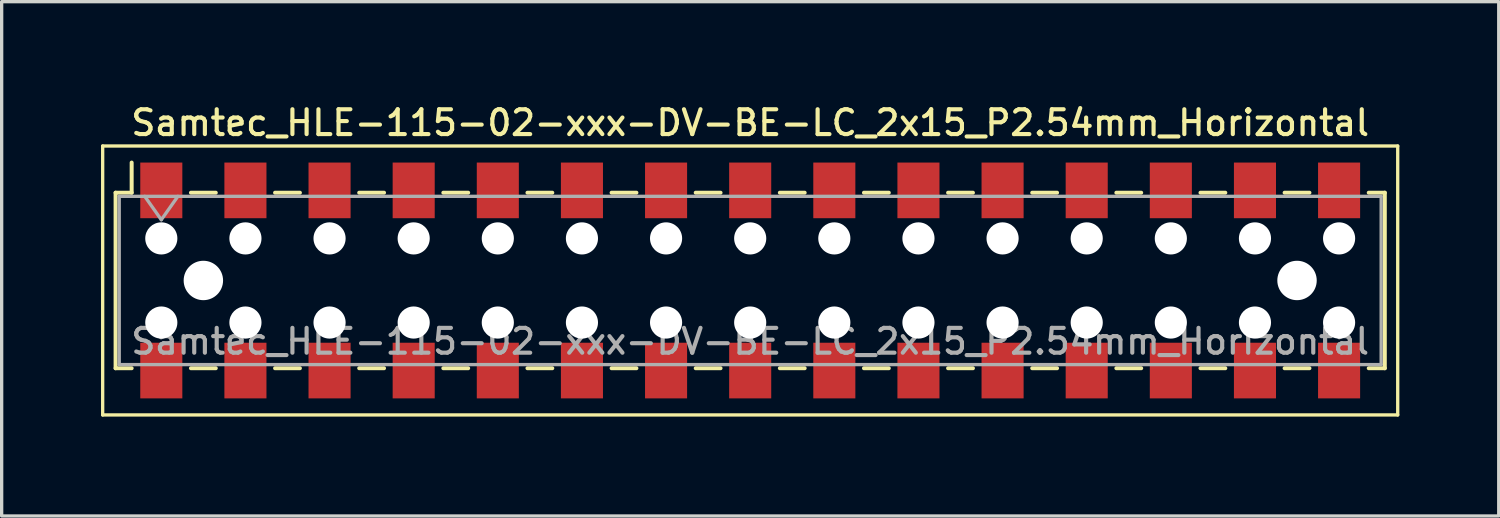
<source format=kicad_pcb>
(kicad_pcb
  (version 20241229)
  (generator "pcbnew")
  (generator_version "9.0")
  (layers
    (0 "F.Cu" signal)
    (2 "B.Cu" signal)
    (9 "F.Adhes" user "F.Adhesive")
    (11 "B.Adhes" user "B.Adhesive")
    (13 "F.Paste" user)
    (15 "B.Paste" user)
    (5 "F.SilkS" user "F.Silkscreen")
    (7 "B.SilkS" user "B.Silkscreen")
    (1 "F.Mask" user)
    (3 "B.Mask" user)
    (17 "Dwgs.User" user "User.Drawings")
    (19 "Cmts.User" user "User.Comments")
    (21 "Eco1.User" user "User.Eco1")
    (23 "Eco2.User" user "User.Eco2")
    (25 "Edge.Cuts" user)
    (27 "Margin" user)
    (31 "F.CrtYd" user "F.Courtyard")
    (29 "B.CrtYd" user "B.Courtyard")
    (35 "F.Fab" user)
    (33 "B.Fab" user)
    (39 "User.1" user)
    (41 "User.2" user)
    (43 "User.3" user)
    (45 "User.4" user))
  (footprint "Samtec_HLE-115-02-xxx-DV-BE-LC_2x15_P2.54mm_Horizontal"
    (layer "F.Cu")
    (at 19.6 5.418)
    (property "Reference" "Samtec_HLE-115-02-xxx-DV-BE-LC_2x15_P2.54mm_Horizontal" (at 0 -4.76 0) (layer "F.SilkS") (effects (font (size 0.75 0.75) (thickness 0.125))))
    (attr smd)
    (fp_line (start -19.55 -4.06) (end 19.55 -4.06) (stroke (width 0.1) (type solid)) (layer "F.SilkS"))
    (fp_line (start -19.55 4.06) (end -19.55 -4.06) (stroke (width 0.1) (type solid)) (layer "F.SilkS"))
    (fp_line (start -19.16 -2.65) (end -19.16 2.65) (stroke (width 0.12) (type solid)) (layer "F.SilkS"))
    (fp_line (start -19.16 2.65) (end -18.675 2.65) (stroke (width 0.12) (type solid)) (layer "F.SilkS"))
    (fp_line (start -18.675 -3.56) (end -18.675 -2.65) (stroke (width 0.12) (type solid)) (layer "F.SilkS"))
    (fp_line (start -18.675 -2.65) (end -19.16 -2.65) (stroke (width 0.12) (type solid)) (layer "F.SilkS"))
    (fp_line (start -16.885 -2.65) (end -16.135 -2.65) (stroke (width 0.12) (type solid)) (layer "F.SilkS"))
    (fp_line (start -16.885 2.65) (end -16.135 2.65) (stroke (width 0.12) (type solid)) (layer "F.SilkS"))
    (fp_line (start -14.345 -2.65) (end -13.595 -2.65) (stroke (width 0.12) (type solid)) (layer "F.SilkS"))
    (fp_line (start -14.345 2.65) (end -13.595 2.65) (stroke (width 0.12) (type solid)) (layer "F.SilkS"))
    (fp_line (start -11.805 -2.65) (end -11.055 -2.65) (stroke (width 0.12) (type solid)) (layer "F.SilkS"))
    (fp_line (start -11.805 2.65) (end -11.055 2.65) (stroke (width 0.12) (type solid)) (layer "F.SilkS"))
    (fp_line (start -9.265 -2.65) (end -8.515 -2.65) (stroke (width 0.12) (type solid)) (layer "F.SilkS"))
    (fp_line (start -9.265 2.65) (end -8.515 2.65) (stroke (width 0.12) (type solid)) (layer "F.SilkS"))
    (fp_line (start -6.725 -2.65) (end -5.975 -2.65) (stroke (width 0.12) (type solid)) (layer "F.SilkS"))
    (fp_line (start -6.725 2.65) (end -5.975 2.65) (stroke (width 0.12) (type solid)) (layer "F.SilkS"))
    (fp_line (start -4.185 -2.65) (end -3.435 -2.65) (stroke (width 0.12) (type solid)) (layer "F.SilkS"))
    (fp_line (start -4.185 2.65) (end -3.435 2.65) (stroke (width 0.12) (type solid)) (layer "F.SilkS"))
    (fp_line (start -1.645 -2.65) (end -0.895 -2.65) (stroke (width 0.12) (type solid)) (layer "F.SilkS"))
    (fp_line (start -1.645 2.65) (end -0.895 2.65) (stroke (width 0.12) (type solid)) (layer "F.SilkS"))
    (fp_line (start 0.895 -2.65) (end 1.645 -2.65) (stroke (width 0.12) (type solid)) (layer "F.SilkS"))
    (fp_line (start 0.895 2.65) (end 1.645 2.65) (stroke (width 0.12) (type solid)) (layer "F.SilkS"))
    (fp_line (start 3.435 -2.65) (end 4.185 -2.65) (stroke (width 0.12) (type solid)) (layer "F.SilkS"))
    (fp_line (start 3.435 2.65) (end 4.185 2.65) (stroke (width 0.12) (type solid)) (layer "F.SilkS"))
    (fp_line (start 5.975 -2.65) (end 6.725 -2.65) (stroke (width 0.12) (type solid)) (layer "F.SilkS"))
    (fp_line (start 5.975 2.65) (end 6.725 2.65) (stroke (width 0.12) (type solid)) (layer "F.SilkS"))
    (fp_line (start 8.515 -2.65) (end 9.265 -2.65) (stroke (width 0.12) (type solid)) (layer "F.SilkS"))
    (fp_line (start 8.515 2.65) (end 9.265 2.65) (stroke (width 0.12) (type solid)) (layer "F.SilkS"))
    (fp_line (start 11.055 -2.65) (end 11.805 -2.65) (stroke (width 0.12) (type solid)) (layer "F.SilkS"))
    (fp_line (start 11.055 2.65) (end 11.805 2.65) (stroke (width 0.12) (type solid)) (layer "F.SilkS"))
    (fp_line (start 13.595 -2.65) (end 14.345 -2.65) (stroke (width 0.12) (type solid)) (layer "F.SilkS"))
    (fp_line (start 13.595 2.65) (end 14.345 2.65) (stroke (width 0.12) (type solid)) (layer "F.SilkS"))
    (fp_line (start 16.135 -2.65) (end 16.885 -2.65) (stroke (width 0.12) (type solid)) (layer "F.SilkS"))
    (fp_line (start 16.135 2.65) (end 16.885 2.65) (stroke (width 0.12) (type solid)) (layer "F.SilkS"))
    (fp_line (start 18.675 -2.65) (end 19.16 -2.65) (stroke (width 0.12) (type solid)) (layer "F.SilkS"))
    (fp_line (start 19.16 -2.65) (end 19.16 2.65) (stroke (width 0.12) (type solid)) (layer "F.SilkS"))
    (fp_line (start 19.16 2.65) (end 18.675 2.65) (stroke (width 0.12) (type solid)) (layer "F.SilkS"))
    (fp_line (start 19.55 -4.06) (end 19.55 4.06) (stroke (width 0.1) (type solid)) (layer "F.SilkS"))
    (fp_line (start 19.55 4.06) (end -19.55 4.06) (stroke (width 0.1) (type solid)) (layer "F.SilkS"))
    (fp_line (start -19.05 -2.54) (end 19.05 -2.54) (stroke (width 0.1) (type solid)) (layer "F.Fab"))
    (fp_line (start -19.05 2.54) (end -19.05 -2.54) (stroke (width 0.1) (type solid)) (layer "F.Fab"))
    (fp_line (start -18.28 -2.54) (end -17.78 -1.833) (stroke (width 0.1) (type solid)) (layer "F.Fab"))
    (fp_line (start -17.78 -1.833) (end -17.28 -2.54) (stroke (width 0.1) (type solid)) (layer "F.Fab"))
    (fp_line (start 19.05 -2.54) (end 19.05 2.54) (stroke (width 0.1) (type solid)) (layer "F.Fab"))
    (fp_line (start 19.05 2.54) (end -19.05 2.54) (stroke (width 0.1) (type solid)) (layer "F.Fab"))
    (fp_text user "${REFERENCE}" (at 0 1.84 0) (layer "F.Fab") (effects (font (size 0.75 0.75) (thickness 0.125))))
    (pad "" np_thru_hole circle (at -17.78 -1.27) (size 0.97 0.97) (drill 0.97) (layers "*.Cu" "*.Mask"))
    (pad "" np_thru_hole circle (at -17.78 1.27) (size 0.97 0.97) (drill 0.97) (layers "*.Cu" "*.Mask"))
    (pad "" np_thru_hole circle (at -16.51 0) (size 1.19 1.19) (drill 1.19) (layers "*.Cu" "*.Mask"))
    (pad "" np_thru_hole circle (at -15.24 -1.27) (size 0.97 0.97) (drill 0.97) (layers "*.Cu" "*.Mask"))
    (pad "" np_thru_hole circle (at -15.24 1.27) (size 0.97 0.97) (drill 0.97) (layers "*.Cu" "*.Mask"))
    (pad "" np_thru_hole circle (at -12.7 -1.27) (size 0.97 0.97) (drill 0.97) (layers "*.Cu" "*.Mask"))
    (pad "" np_thru_hole circle (at -12.7 1.27) (size 0.97 0.97) (drill 0.97) (layers "*.Cu" "*.Mask"))
    (pad "" np_thru_hole circle (at -10.16 -1.27) (size 0.97 0.97) (drill 0.97) (layers "*.Cu" "*.Mask"))
    (pad "" np_thru_hole circle (at -10.16 1.27) (size 0.97 0.97) (drill 0.97) (layers "*.Cu" "*.Mask"))
    (pad "" np_thru_hole circle (at -7.62 -1.27) (size 0.97 0.97) (drill 0.97) (layers "*.Cu" "*.Mask"))
    (pad "" np_thru_hole circle (at -7.62 1.27) (size 0.97 0.97) (drill 0.97) (layers "*.Cu" "*.Mask"))
    (pad "" np_thru_hole circle (at -5.08 -1.27) (size 0.97 0.97) (drill 0.97) (layers "*.Cu" "*.Mask"))
    (pad "" np_thru_hole circle (at -5.08 1.27) (size 0.97 0.97) (drill 0.97) (layers "*.Cu" "*.Mask"))
    (pad "" np_thru_hole circle (at -2.54 -1.27) (size 0.97 0.97) (drill 0.97) (layers "*.Cu" "*.Mask"))
    (pad "" np_thru_hole circle (at -2.54 1.27) (size 0.97 0.97) (drill 0.97) (layers "*.Cu" "*.Mask"))
    (pad "" np_thru_hole circle (at 0 -1.27) (size 0.97 0.97) (drill 0.97) (layers "*.Cu" "*.Mask"))
    (pad "" np_thru_hole circle (at 0 1.27) (size 0.97 0.97) (drill 0.97) (layers "*.Cu" "*.Mask"))
    (pad "" np_thru_hole circle (at 2.54 -1.27) (size 0.97 0.97) (drill 0.97) (layers "*.Cu" "*.Mask"))
    (pad "" np_thru_hole circle (at 2.54 1.27) (size 0.97 0.97) (drill 0.97) (layers "*.Cu" "*.Mask"))
    (pad "" np_thru_hole circle (at 5.08 -1.27) (size 0.97 0.97) (drill 0.97) (layers "*.Cu" "*.Mask"))
    (pad "" np_thru_hole circle (at 5.08 1.27) (size 0.97 0.97) (drill 0.97) (layers "*.Cu" "*.Mask"))
    (pad "" np_thru_hole circle (at 7.62 -1.27) (size 0.97 0.97) (drill 0.97) (layers "*.Cu" "*.Mask"))
    (pad "" np_thru_hole circle (at 7.62 1.27) (size 0.97 0.97) (drill 0.97) (layers "*.Cu" "*.Mask"))
    (pad "" np_thru_hole circle (at 10.16 -1.27) (size 0.97 0.97) (drill 0.97) (layers "*.Cu" "*.Mask"))
    (pad "" np_thru_hole circle (at 10.16 1.27) (size 0.97 0.97) (drill 0.97) (layers "*.Cu" "*.Mask"))
    (pad "" np_thru_hole circle (at 12.7 -1.27) (size 0.97 0.97) (drill 0.97) (layers "*.Cu" "*.Mask"))
    (pad "" np_thru_hole circle (at 12.7 1.27) (size 0.97 0.97) (drill 0.97) (layers "*.Cu" "*.Mask"))
    (pad "" np_thru_hole circle (at 15.24 -1.27) (size 0.97 0.97) (drill 0.97) (layers "*.Cu" "*.Mask"))
    (pad "" np_thru_hole circle (at 15.24 1.27) (size 0.97 0.97) (drill 0.97) (layers "*.Cu" "*.Mask"))
    (pad "" np_thru_hole circle (at 16.51 0) (size 1.19 1.19) (drill 1.19) (layers "*.Cu" "*.Mask"))
    (pad "" np_thru_hole circle (at 17.78 -1.27) (size 0.97 0.97) (drill 0.97) (layers "*.Cu" "*.Mask"))
    (pad "" np_thru_hole circle (at 17.78 1.27) (size 0.97 0.97) (drill 0.97) (layers "*.Cu" "*.Mask"))
    (pad "1" smd rect (at -17.78 -2.72) (size 1.27 1.68) (layers "F.Cu" "F.Mask" "F.Paste"))
    (pad "2" smd rect (at -17.78 2.72) (size 1.27 1.68) (layers "F.Cu" "F.Mask" "F.Paste"))
    (pad "3" smd rect (at -15.24 -2.72) (size 1.27 1.68) (layers "F.Cu" "F.Mask" "F.Paste"))
    (pad "4" smd rect (at -15.24 2.72) (size 1.27 1.68) (layers "F.Cu" "F.Mask" "F.Paste"))
    (pad "5" smd rect (at -12.7 -2.72) (size 1.27 1.68) (layers "F.Cu" "F.Mask" "F.Paste"))
    (pad "6" smd rect (at -12.7 2.72) (size 1.27 1.68) (layers "F.Cu" "F.Mask" "F.Paste"))
    (pad "7" smd rect (at -10.16 -2.72) (size 1.27 1.68) (layers "F.Cu" "F.Mask" "F.Paste"))
    (pad "8" smd rect (at -10.16 2.72) (size 1.27 1.68) (layers "F.Cu" "F.Mask" "F.Paste"))
    (pad "9" smd rect (at -7.62 -2.72) (size 1.27 1.68) (layers "F.Cu" "F.Mask" "F.Paste"))
    (pad "10" smd rect (at -7.62 2.72) (size 1.27 1.68) (layers "F.Cu" "F.Mask" "F.Paste"))
    (pad "11" smd rect (at -5.08 -2.72) (size 1.27 1.68) (layers "F.Cu" "F.Mask" "F.Paste"))
    (pad "12" smd rect (at -5.08 2.72) (size 1.27 1.68) (layers "F.Cu" "F.Mask" "F.Paste"))
    (pad "13" smd rect (at -2.54 -2.72) (size 1.27 1.68) (layers "F.Cu" "F.Mask" "F.Paste"))
    (pad "14" smd rect (at -2.54 2.72) (size 1.27 1.68) (layers "F.Cu" "F.Mask" "F.Paste"))
    (pad "15" smd rect (at 0 -2.72) (size 1.27 1.68) (layers "F.Cu" "F.Mask" "F.Paste"))
    (pad "16" smd rect (at 0 2.72) (size 1.27 1.68) (layers "F.Cu" "F.Mask" "F.Paste"))
    (pad "17" smd rect (at 2.54 -2.72) (size 1.27 1.68) (layers "F.Cu" "F.Mask" "F.Paste"))
    (pad "18" smd rect (at 2.54 2.72) (size 1.27 1.68) (layers "F.Cu" "F.Mask" "F.Paste"))
    (pad "19" smd rect (at 5.08 -2.72) (size 1.27 1.68) (layers "F.Cu" "F.Mask" "F.Paste"))
    (pad "20" smd rect (at 5.08 2.72) (size 1.27 1.68) (layers "F.Cu" "F.Mask" "F.Paste"))
    (pad "21" smd rect (at 7.62 -2.72) (size 1.27 1.68) (layers "F.Cu" "F.Mask" "F.Paste"))
    (pad "22" smd rect (at 7.62 2.72) (size 1.27 1.68) (layers "F.Cu" "F.Mask" "F.Paste"))
    (pad "23" smd rect (at 10.16 -2.72) (size 1.27 1.68) (layers "F.Cu" "F.Mask" "F.Paste"))
    (pad "24" smd rect (at 10.16 2.72) (size 1.27 1.68) (layers "F.Cu" "F.Mask" "F.Paste"))
    (pad "25" smd rect (at 12.7 -2.72) (size 1.27 1.68) (layers "F.Cu" "F.Mask" "F.Paste"))
    (pad "26" smd rect (at 12.7 2.72) (size 1.27 1.68) (layers "F.Cu" "F.Mask" "F.Paste"))
    (pad "27" smd rect (at 15.24 -2.72) (size 1.27 1.68) (layers "F.Cu" "F.Mask" "F.Paste"))
    (pad "28" smd rect (at 15.24 2.72) (size 1.27 1.68) (layers "F.Cu" "F.Mask" "F.Paste"))
    (pad "29" smd rect (at 17.78 -2.72) (size 1.27 1.68) (layers "F.Cu" "F.Mask" "F.Paste"))
    (pad "30" smd rect (at 17.78 2.72) (size 1.27 1.68) (layers "F.Cu" "F.Mask" "F.Paste")))
  (gr_rect
    (start -3 -3)
    (end 42.2 12.528)
    (stroke (width 0.1) (type default))
    (fill no)
    (layer "Edge.Cuts")))
</source>
